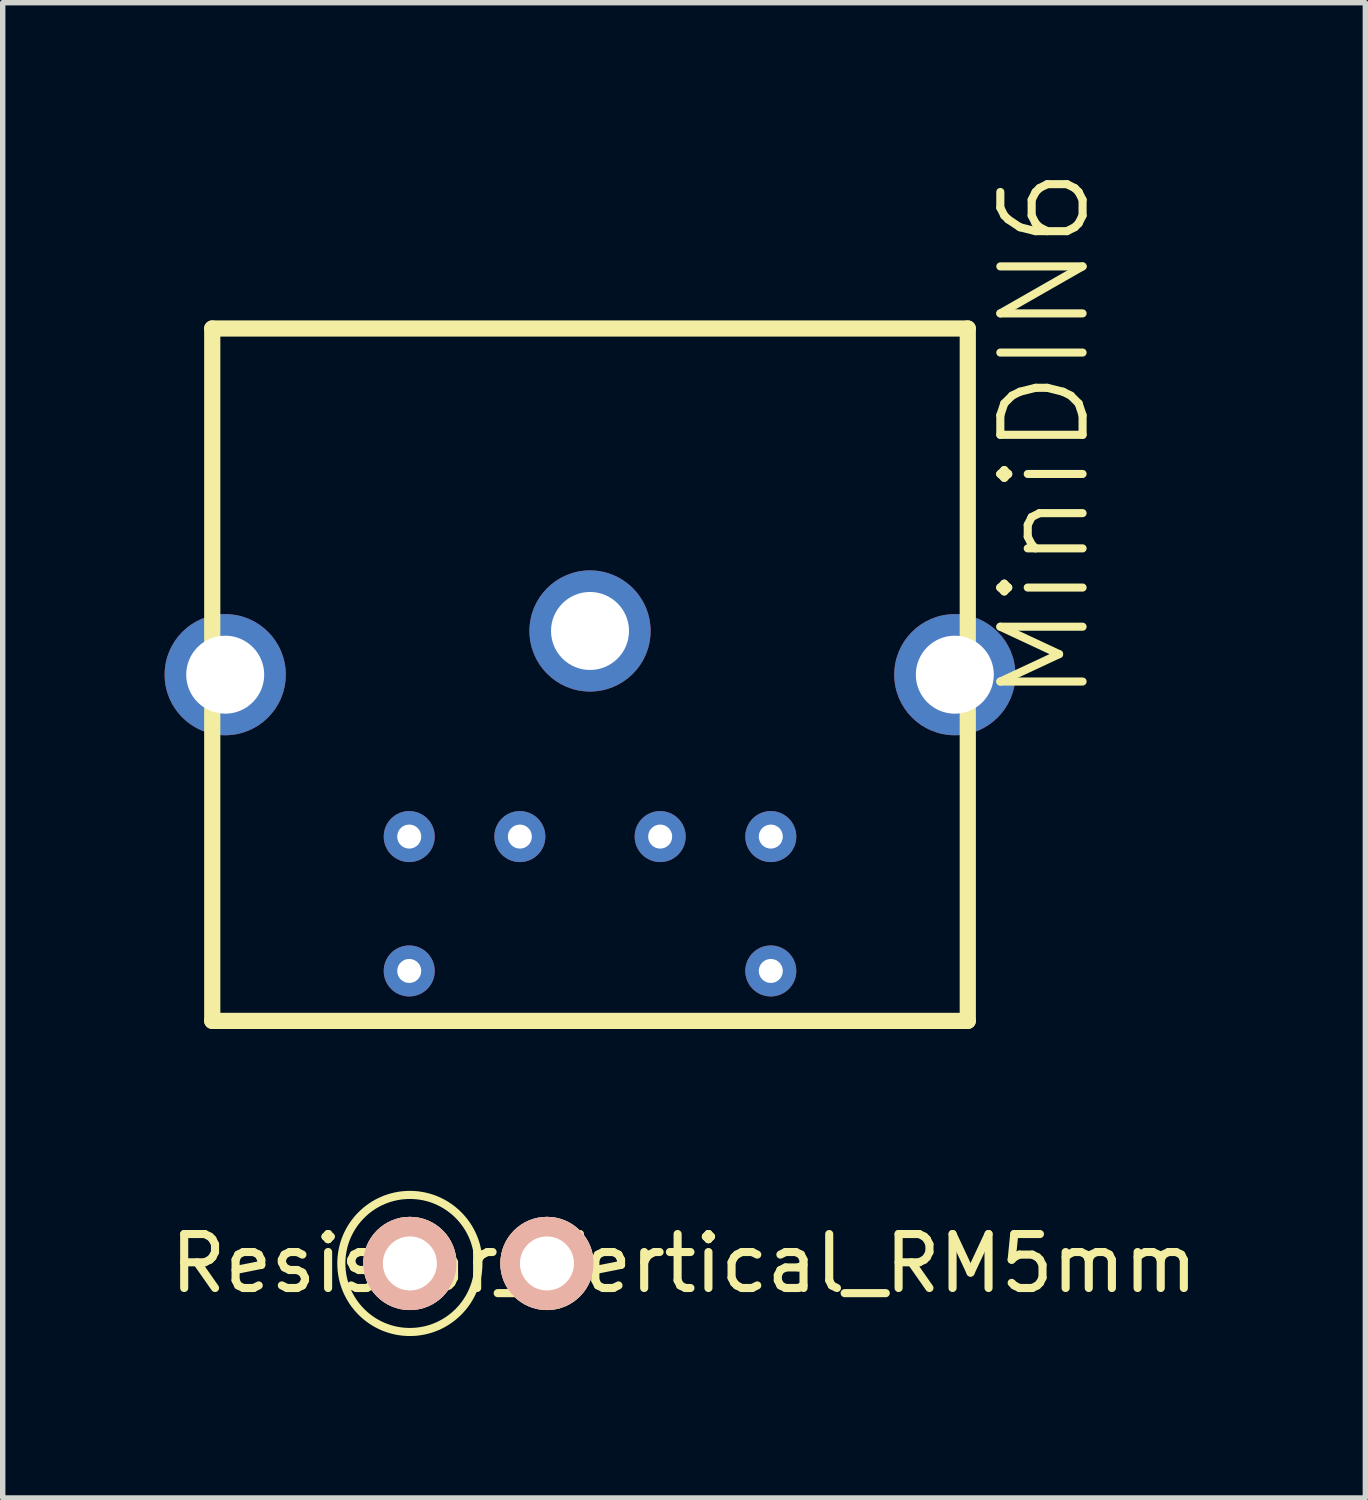
<source format=kicad_pcb>
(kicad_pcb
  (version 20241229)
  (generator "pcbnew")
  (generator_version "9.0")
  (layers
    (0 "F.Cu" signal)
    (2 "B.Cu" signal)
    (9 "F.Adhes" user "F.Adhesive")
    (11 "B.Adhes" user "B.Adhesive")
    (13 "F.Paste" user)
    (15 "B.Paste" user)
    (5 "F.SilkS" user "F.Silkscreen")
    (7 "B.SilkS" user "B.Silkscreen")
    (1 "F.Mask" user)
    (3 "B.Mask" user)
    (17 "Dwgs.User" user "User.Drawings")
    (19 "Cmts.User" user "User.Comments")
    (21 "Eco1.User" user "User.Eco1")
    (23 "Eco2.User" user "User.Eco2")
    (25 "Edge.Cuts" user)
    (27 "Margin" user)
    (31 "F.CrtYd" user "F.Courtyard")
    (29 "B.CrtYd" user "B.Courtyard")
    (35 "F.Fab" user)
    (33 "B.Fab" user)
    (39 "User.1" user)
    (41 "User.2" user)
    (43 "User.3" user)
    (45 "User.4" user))
  (footprint "Resistor_Vertical_RM5mm"
    (layer "F.Cu")
    (at 7.085 20.362)
    (property "Reference" "Resistor_Vertical_RM5mm" (at 2.54 0 0) (layer "F.SilkS") (effects (font (size 1 1) (thickness 0.15))))
    (attr through_hole)
    (fp_circle (center -2.54 0) (end -1.27 0) (stroke (width 0.15) (type solid)) (fill no) (layer "F.SilkS"))
    (pad "1" thru_hole circle (at -2.54 0) (size 1.727 1.727) (drill 1.001) (layers "*.Cu" "*.SilkS" "*.Mask"))
    (pad "2" thru_hole circle (at 0 0) (size 1.727 1.727) (drill 1.001) (layers "*.Cu" "*.SilkS" "*.Mask")))
  (footprint "MiniDIN6"
    (layer "F.Cu")
    (at 7.883 9.452)
    (property "Reference" "MiniDIN6" (at 8.43 -4.445 90) (layer "F.SilkS") (effects (font (size 1.524 1.524) (thickness 0.15))))
    (attr through_hole)
    (fp_line (start -7 -6.415) (end -7 6.415) (stroke (width 0.3) (type solid)) (layer "F.SilkS"))
    (fp_line (start -7 6.415) (end 7 6.415) (stroke (width 0.3) (type solid)) (layer "F.SilkS"))
    (fp_line (start 7 -6.415) (end -7 -6.415) (stroke (width 0.3) (type solid)) (layer "F.SilkS"))
    (fp_line (start 7 6.415) (end 7 -6.415) (stroke (width 0.3) (type solid)) (layer "F.SilkS"))
    (pad "" thru_hole circle (at -6.76 0) (size 2.245 2.245) (drill 1.445) (layers "*.Cu" "*.Mask"))
    (pad "" thru_hole circle (at 0 -0.81) (size 2.245 2.245) (drill 1.445) (layers "*.Cu" "*.Mask"))
    (pad "" thru_hole circle (at 6.76 0) (size 2.245 2.245) (drill 1.445) (layers "*.Cu" "*.Mask"))
    (pad "1" thru_hole circle (at 1.3 3) (size 0.945 0.945) (drill 0.445) (layers "*.Cu" "*.Mask"))
    (pad "2" thru_hole circle (at -1.3 3) (size 0.945 0.945) (drill 0.445) (layers "*.Cu" "*.Mask"))
    (pad "3" thru_hole circle (at 3.35 3) (size 0.945 0.945) (drill 0.445) (layers "*.Cu" "*.Mask"))
    (pad "4" thru_hole circle (at -3.35 3) (size 0.945 0.945) (drill 0.445) (layers "*.Cu" "*.Mask"))
    (pad "5" thru_hole circle (at 3.35 5.49) (size 0.945 0.945) (drill 0.445) (layers "*.Cu" "*.Mask"))
    (pad "6" thru_hole circle (at -3.35 5.49) (size 0.945 0.945) (drill 0.445) (layers "*.Cu" "*.Mask")))
  (gr_rect
    (start -3 -3)
    (end 22.25 24.707)
    (stroke (width 0.1) (type default))
    (fill no)
    (layer "Edge.Cuts")))
</source>
